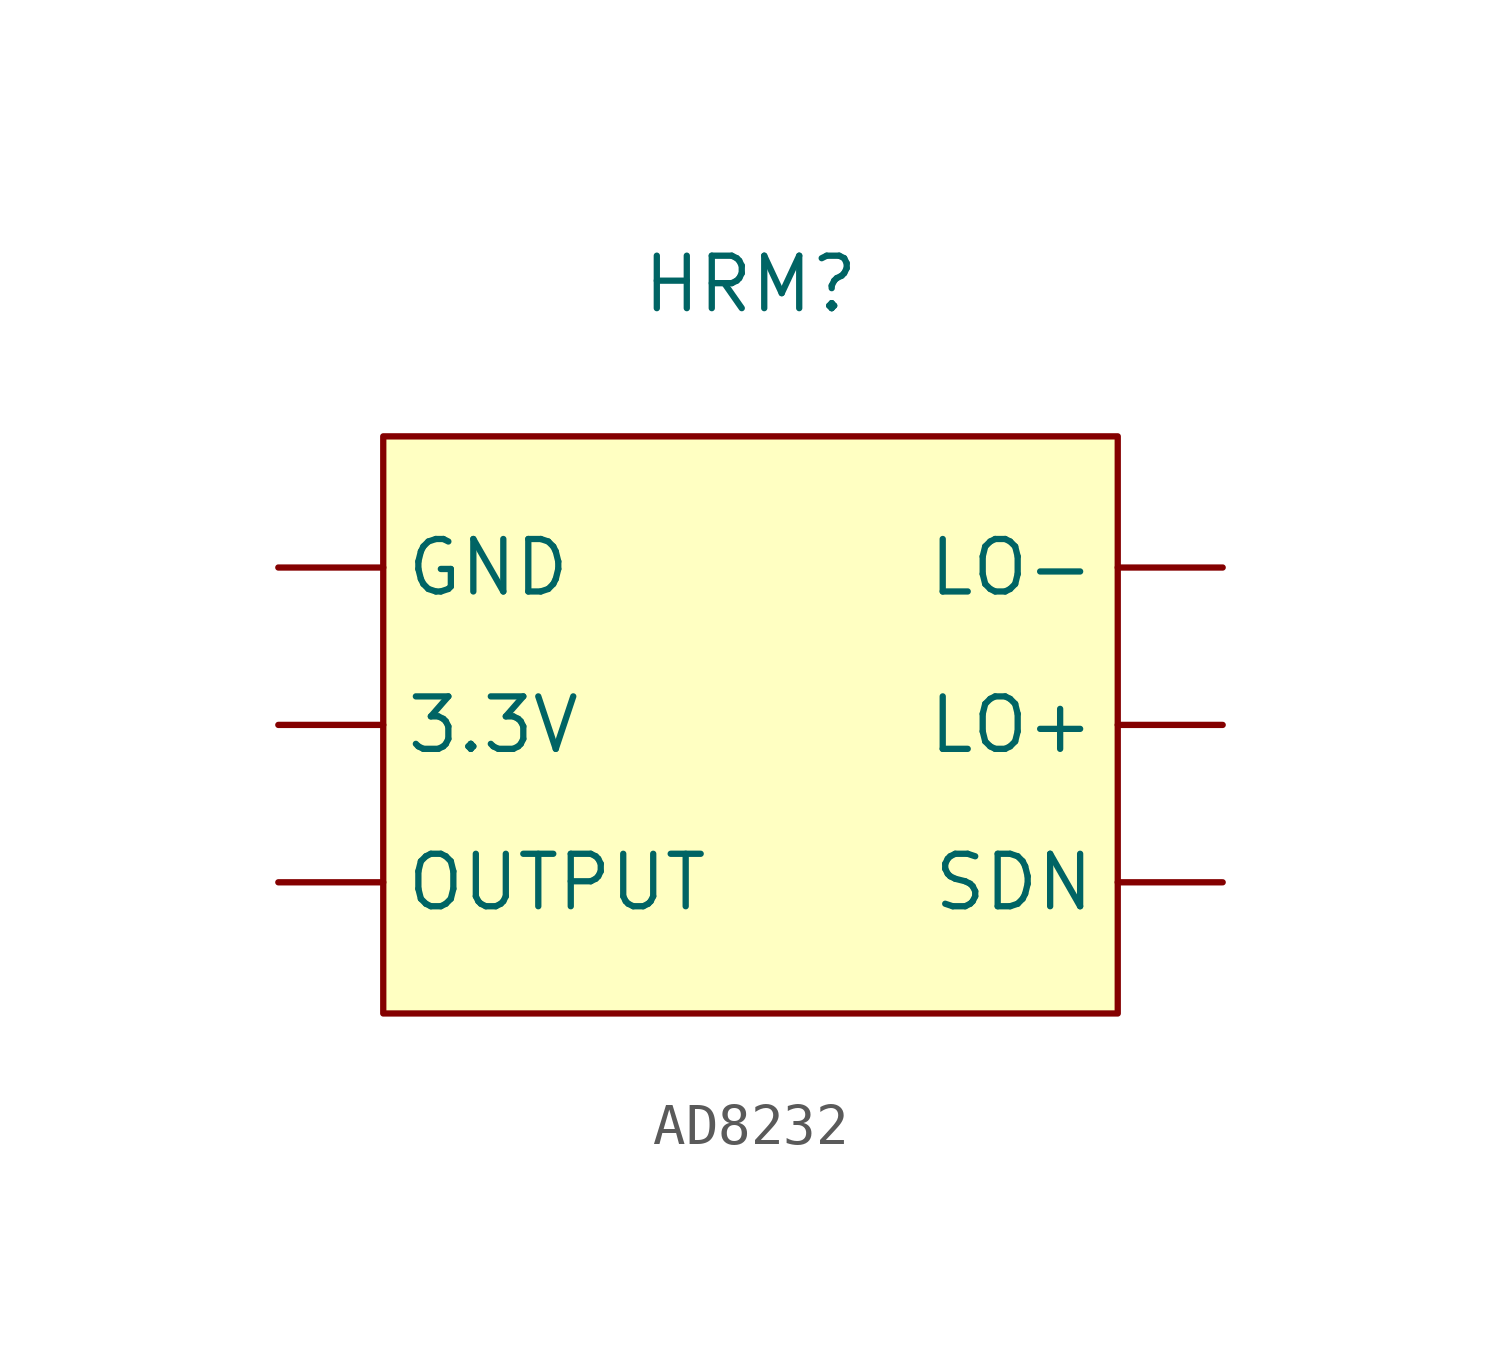
<source format=kicad_sym>
(kicad_symbol_lib
  (version 20231120)
  (generator "kicad_symbol_editor")
  (generator_version "8.0")
  (symbol "AD8232"
    (property "Reference" "HRM"
      (at 0 10.668 0)
      (effects (font (size 1.27 1.27))))
    (property "Value" ""
      (at 0 10.668 0)
      (effects (font (size 1.27 1.27))))
    (symbol "AD8232_1_1"
      (rectangle (start -8.89 6.985) (end 8.89 -6.985) (stroke (width 0) (type default)) (fill (type background)))
      (pin power_in line (at -11.43 0 0) (length 2.54) (name "3.3V" (effects (font (size 1.27 1.27)))) (number "" (effects (font (size 1.27 1.27)))))
      (pin power_in line (at -11.43 3.81 0) (length 2.54) (name "GND" (effects (font (size 1.27 1.27)))) (number "" (effects (font (size 1.27 1.27)))))
      (pin output line (at 11.43 0 180) (length 2.54) (name "LO+" (effects (font (size 1.27 1.27)))) (number "" (effects (font (size 1.27 1.27)))))
      (pin output line (at 11.43 3.81 180) (length 2.54) (name "LO-" (effects (font (size 1.27 1.27)))) (number "" (effects (font (size 1.27 1.27)))))
      (pin output line (at -11.43 -3.81 0) (length 2.54) (name "OUTPUT" (effects (font (size 1.27 1.27)))) (number "" (effects (font (size 1.27 1.27)))))
      (pin input line (at 11.43 -3.81 180) (length 2.54) (name "SDN" (effects (font (size 1.27 1.27)))) (number "" (effects (font (size 1.27 1.27))))))))
</source>
